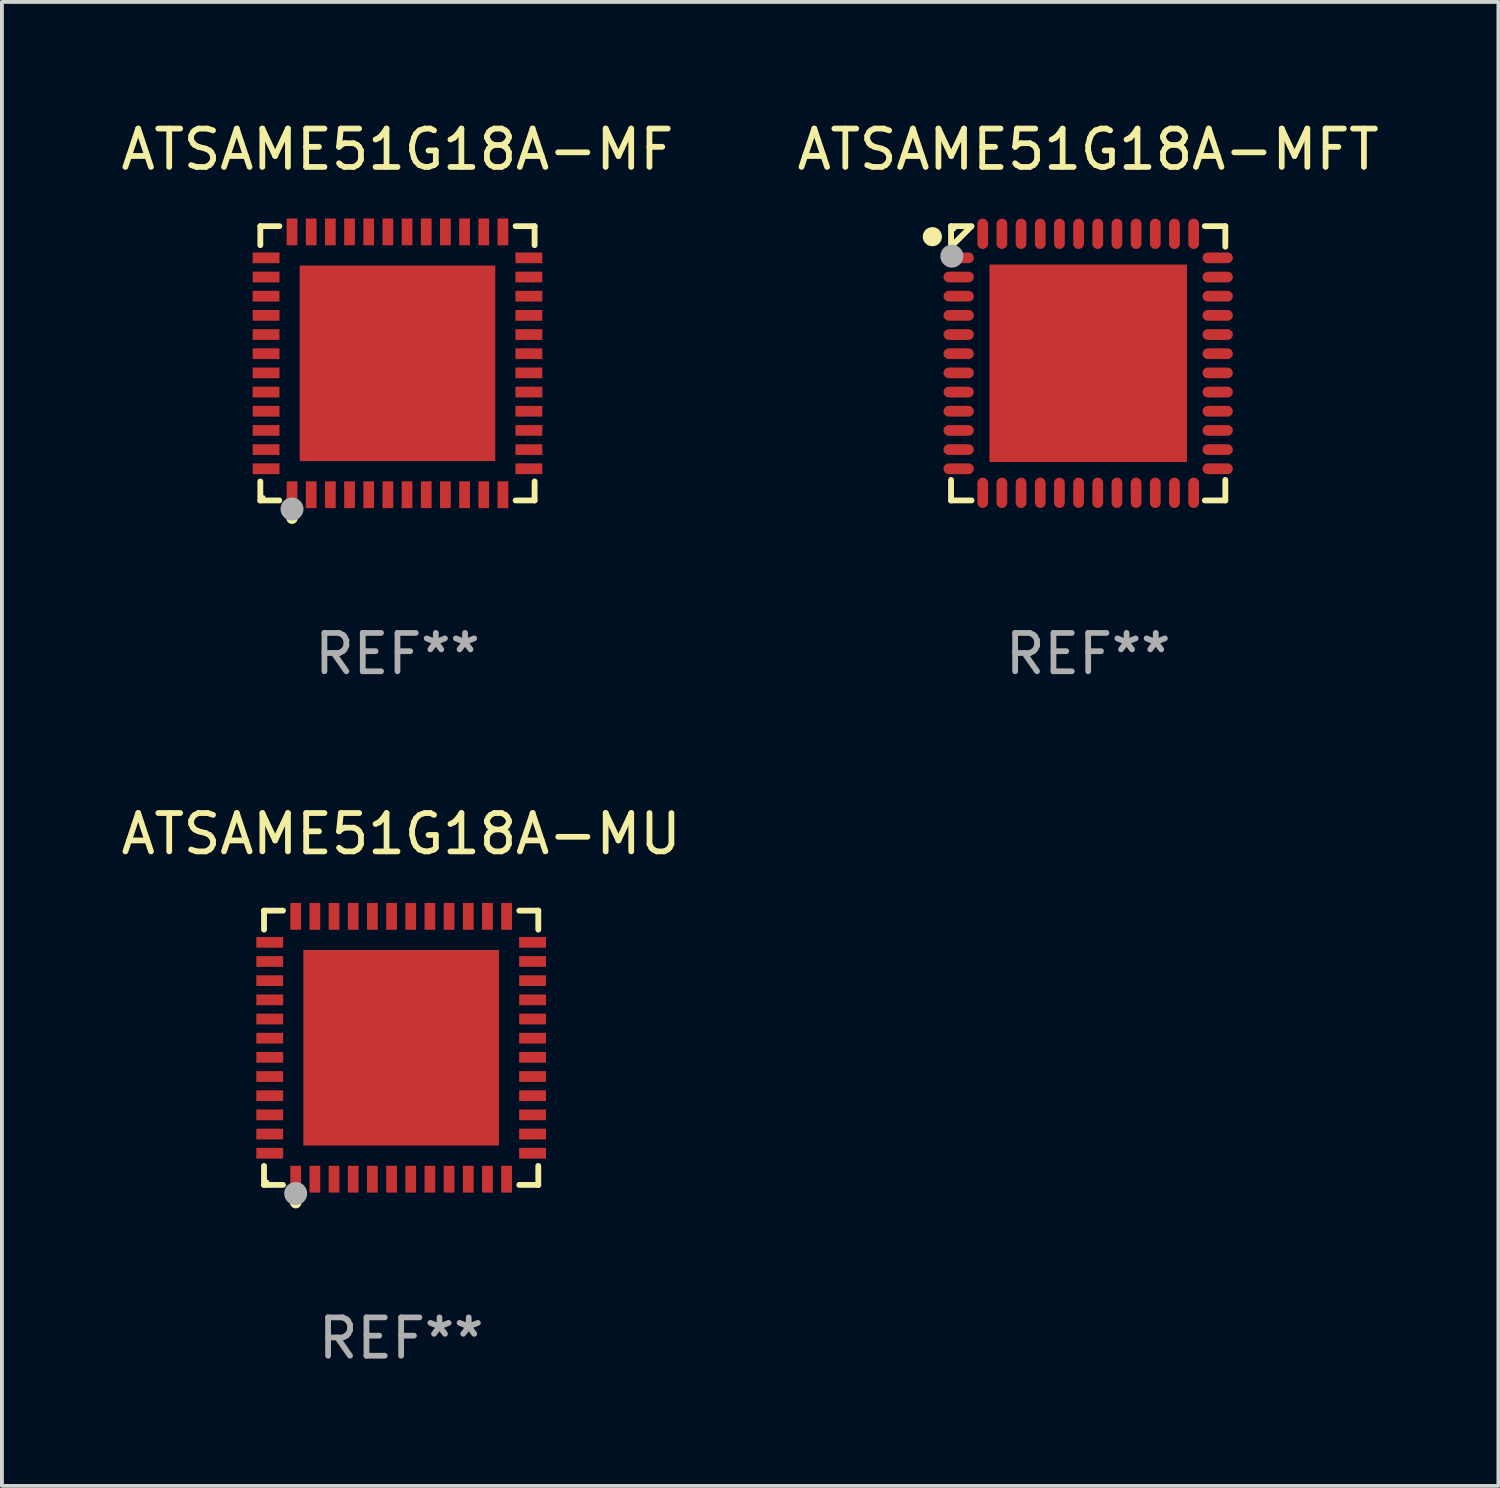
<source format=kicad_pcb>
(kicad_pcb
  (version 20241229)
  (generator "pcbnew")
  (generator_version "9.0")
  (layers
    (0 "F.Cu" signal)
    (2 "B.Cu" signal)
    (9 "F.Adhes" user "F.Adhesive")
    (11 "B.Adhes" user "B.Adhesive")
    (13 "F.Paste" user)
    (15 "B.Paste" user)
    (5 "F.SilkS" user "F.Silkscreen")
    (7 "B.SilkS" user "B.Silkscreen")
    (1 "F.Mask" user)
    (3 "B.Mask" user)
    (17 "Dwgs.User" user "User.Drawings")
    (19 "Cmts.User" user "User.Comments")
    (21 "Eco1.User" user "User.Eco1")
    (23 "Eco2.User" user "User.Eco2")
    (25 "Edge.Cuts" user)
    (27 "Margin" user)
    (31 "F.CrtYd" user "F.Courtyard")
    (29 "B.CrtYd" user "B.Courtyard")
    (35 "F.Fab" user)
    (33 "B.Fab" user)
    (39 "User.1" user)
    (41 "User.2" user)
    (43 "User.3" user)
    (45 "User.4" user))
  (footprint "ATSAME51G18A-MU"
    (layer "F.Cu")
    (at 7.411 24.273)
    (property "Reference" "ATSAME51G18A-MU" (at 0 -5.576 0) (layer "F.SilkS") (effects (font (size 1 1) (thickness 0.15))))
    (attr through_hole)
    (fp_line (start -3.576 -3.576) (end -3.081 -3.576) (stroke (width 0.152) (type solid)) (layer "F.SilkS"))
    (fp_line (start -3.576 -3.081) (end -3.576 -3.576) (stroke (width 0.152) (type solid)) (layer "F.SilkS"))
    (fp_line (start -3.576 3.081) (end -3.576 3.576) (stroke (width 0.152) (type solid)) (layer "F.SilkS"))
    (fp_line (start -3.576 3.576) (end -3.081 3.576) (stroke (width 0.152) (type solid)) (layer "F.SilkS"))
    (fp_line (start 3.576 -3.576) (end 3.081 -3.576) (stroke (width 0.152) (type solid)) (layer "F.SilkS"))
    (fp_line (start 3.576 -3.081) (end 3.576 -3.576) (stroke (width 0.152) (type solid)) (layer "F.SilkS"))
    (fp_line (start 3.576 3.081) (end 3.576 3.576) (stroke (width 0.152) (type solid)) (layer "F.SilkS"))
    (fp_line (start 3.576 3.576) (end 3.081 3.576) (stroke (width 0.152) (type solid)) (layer "F.SilkS"))
    (fp_circle (center -3.5 3.5) (end -3.47 3.5) (stroke (width 0.06) (type solid)) (fill no) (layer "F.SilkS"))
    (fp_circle (center -2.75 4.04) (end -2.675 4.04) (stroke (width 0.15) (type solid)) (fill no) (layer "F.SilkS"))
    (fp_circle (center -2.75 3.8) (end -2.6 3.8) (stroke (width 0.3) (type solid)) (fill no) (layer "F.Fab"))
    (fp_text user "REF**" (at 0 7.576 0) (layer "F.Fab") (effects (font (size 1 1) (thickness 0.15))))
    (pad "1" smd rect (at -2.75 3.427) (size 0.28 0.7) (layers "F.Cu" "F.Mask" "F.Paste"))
    (pad "2" smd rect (at -2.25 3.427) (size 0.28 0.7) (layers "F.Cu" "F.Mask" "F.Paste"))
    (pad "3" smd rect (at -1.75 3.427) (size 0.28 0.7) (layers "F.Cu" "F.Mask" "F.Paste"))
    (pad "4" smd rect (at -1.25 3.427) (size 0.28 0.7) (layers "F.Cu" "F.Mask" "F.Paste"))
    (pad "5" smd rect (at -0.75 3.427) (size 0.28 0.7) (layers "F.Cu" "F.Mask" "F.Paste"))
    (pad "6" smd rect (at -0.25 3.427) (size 0.28 0.7) (layers "F.Cu" "F.Mask" "F.Paste"))
    (pad "7" smd rect (at 0.25 3.427) (size 0.28 0.7) (layers "F.Cu" "F.Mask" "F.Paste"))
    (pad "8" smd rect (at 0.75 3.427) (size 0.28 0.7) (layers "F.Cu" "F.Mask" "F.Paste"))
    (pad "9" smd rect (at 1.25 3.427) (size 0.28 0.7) (layers "F.Cu" "F.Mask" "F.Paste"))
    (pad "10" smd rect (at 1.75 3.427) (size 0.28 0.7) (layers "F.Cu" "F.Mask" "F.Paste"))
    (pad "11" smd rect (at 2.25 3.427) (size 0.28 0.7) (layers "F.Cu" "F.Mask" "F.Paste"))
    (pad "12" smd rect (at 2.75 3.427) (size 0.28 0.7) (layers "F.Cu" "F.Mask" "F.Paste"))
    (pad "13" smd rect (at 3.427 2.75) (size 0.7 0.28) (layers "F.Cu" "F.Mask" "F.Paste"))
    (pad "14" smd rect (at 3.427 2.25) (size 0.7 0.28) (layers "F.Cu" "F.Mask" "F.Paste"))
    (pad "15" smd rect (at 3.427 1.75) (size 0.7 0.28) (layers "F.Cu" "F.Mask" "F.Paste"))
    (pad "16" smd rect (at 3.427 1.25) (size 0.7 0.28) (layers "F.Cu" "F.Mask" "F.Paste"))
    (pad "17" smd rect (at 3.427 0.75) (size 0.7 0.28) (layers "F.Cu" "F.Mask" "F.Paste"))
    (pad "18" smd rect (at 3.427 0.25) (size 0.7 0.28) (layers "F.Cu" "F.Mask" "F.Paste"))
    (pad "19" smd rect (at 3.427 -0.25) (size 0.7 0.28) (layers "F.Cu" "F.Mask" "F.Paste"))
    (pad "20" smd rect (at 3.427 -0.75) (size 0.7 0.28) (layers "F.Cu" "F.Mask" "F.Paste"))
    (pad "21" smd rect (at 3.427 -1.25) (size 0.7 0.28) (layers "F.Cu" "F.Mask" "F.Paste"))
    (pad "22" smd rect (at 3.427 -1.75) (size 0.7 0.28) (layers "F.Cu" "F.Mask" "F.Paste"))
    (pad "23" smd rect (at 3.427 -2.25) (size 0.7 0.28) (layers "F.Cu" "F.Mask" "F.Paste"))
    (pad "24" smd rect (at 3.427 -2.75) (size 0.7 0.28) (layers "F.Cu" "F.Mask" "F.Paste"))
    (pad "25" smd rect (at 2.75 -3.427) (size 0.28 0.7) (layers "F.Cu" "F.Mask" "F.Paste"))
    (pad "26" smd rect (at 2.25 -3.427) (size 0.28 0.7) (layers "F.Cu" "F.Mask" "F.Paste"))
    (pad "27" smd rect (at 1.75 -3.427) (size 0.28 0.7) (layers "F.Cu" "F.Mask" "F.Paste"))
    (pad "28" smd rect (at 1.25 -3.427) (size 0.28 0.7) (layers "F.Cu" "F.Mask" "F.Paste"))
    (pad "29" smd rect (at 0.75 -3.427) (size 0.28 0.7) (layers "F.Cu" "F.Mask" "F.Paste"))
    (pad "30" smd rect (at 0.25 -3.427) (size 0.28 0.7) (layers "F.Cu" "F.Mask" "F.Paste"))
    (pad "31" smd rect (at -0.25 -3.427) (size 0.28 0.7) (layers "F.Cu" "F.Mask" "F.Paste"))
    (pad "32" smd rect (at -0.75 -3.427) (size 0.28 0.7) (layers "F.Cu" "F.Mask" "F.Paste"))
    (pad "33" smd rect (at -1.25 -3.427) (size 0.28 0.7) (layers "F.Cu" "F.Mask" "F.Paste"))
    (pad "34" smd rect (at -1.75 -3.427) (size 0.28 0.7) (layers "F.Cu" "F.Mask" "F.Paste"))
    (pad "35" smd rect (at -2.25 -3.427) (size 0.28 0.7) (layers "F.Cu" "F.Mask" "F.Paste"))
    (pad "36" smd rect (at -2.75 -3.427) (size 0.28 0.7) (layers "F.Cu" "F.Mask" "F.Paste"))
    (pad "37" smd rect (at -3.427 -2.75) (size 0.7 0.28) (layers "F.Cu" "F.Mask" "F.Paste"))
    (pad "38" smd rect (at -3.427 -2.25) (size 0.7 0.28) (layers "F.Cu" "F.Mask" "F.Paste"))
    (pad "39" smd rect (at -3.427 -1.75) (size 0.7 0.28) (layers "F.Cu" "F.Mask" "F.Paste"))
    (pad "40" smd rect (at -3.427 -1.25) (size 0.7 0.28) (layers "F.Cu" "F.Mask" "F.Paste"))
    (pad "41" smd rect (at -3.427 -0.75) (size 0.7 0.28) (layers "F.Cu" "F.Mask" "F.Paste"))
    (pad "42" smd rect (at -3.427 -0.25) (size 0.7 0.28) (layers "F.Cu" "F.Mask" "F.Paste"))
    (pad "43" smd rect (at -3.427 0.25) (size 0.7 0.28) (layers "F.Cu" "F.Mask" "F.Paste"))
    (pad "44" smd rect (at -3.427 0.75) (size 0.7 0.28) (layers "F.Cu" "F.Mask" "F.Paste"))
    (pad "45" smd rect (at -3.427 1.25) (size 0.7 0.28) (layers "F.Cu" "F.Mask" "F.Paste"))
    (pad "46" smd rect (at -3.427 1.75) (size 0.7 0.28) (layers "F.Cu" "F.Mask" "F.Paste"))
    (pad "47" smd rect (at -3.427 2.25) (size 0.7 0.28) (layers "F.Cu" "F.Mask" "F.Paste"))
    (pad "48" smd rect (at -3.427 2.75) (size 0.7 0.28) (layers "F.Cu" "F.Mask" "F.Paste"))
    (pad "49" smd rect (at 0 0) (size 5.1 5.1) (layers "F.Cu" "F.Mask" "F.Paste")))
  (footprint "ATSAME51G18A-MFT"
    (layer "F.Cu")
    (at 25.327 6.424)
    (property "Reference" "ATSAME51G18A-MFT" (at 0 -5.576 0) (layer "F.SilkS") (effects (font (size 1 1) (thickness 0.15))))
    (attr through_hole)
    (fp_line (start -3.576 -3.576) (end -3.042 -3.576) (stroke (width 0.152) (type solid)) (layer "F.SilkS"))
    (fp_line (start -3.576 -3.042) (end -3.576 -3.576) (stroke (width 0.152) (type solid)) (layer "F.SilkS"))
    (fp_line (start -3.576 3.042) (end -3.576 3.576) (stroke (width 0.152) (type solid)) (layer "F.SilkS"))
    (fp_line (start -3.576 3.576) (end -3.042 3.576) (stroke (width 0.152) (type solid)) (layer "F.SilkS"))
    (fp_line (start -3.069 -3.549) (end -3.549 -3.069) (stroke (width 0.152) (type solid)) (layer "F.SilkS"))
    (fp_line (start 3.576 -3.576) (end 3.042 -3.576) (stroke (width 0.152) (type solid)) (layer "F.SilkS"))
    (fp_line (start 3.576 -3.042) (end 3.576 -3.576) (stroke (width 0.152) (type solid)) (layer "F.SilkS"))
    (fp_line (start 3.576 3.042) (end 3.576 3.576) (stroke (width 0.152) (type solid)) (layer "F.SilkS"))
    (fp_line (start 3.576 3.576) (end 3.042 3.576) (stroke (width 0.152) (type solid)) (layer "F.SilkS"))
    (fp_circle (center -4.064 -3.302) (end -3.939 -3.302) (stroke (width 0.25) (type solid)) (fill no) (layer "F.SilkS"))
    (fp_circle (center -3.5 -3.5) (end -3.47 -3.5) (stroke (width 0.06) (type solid)) (fill no) (layer "F.SilkS"))
    (fp_circle (center -3.556 -2.794) (end -3.406 -2.794) (stroke (width 0.3) (type solid)) (fill no) (layer "F.Fab"))
    (fp_text user "REF**" (at 0 7.576 0) (layer "F.Fab") (effects (font (size 1 1) (thickness 0.15))))
    (pad "1" smd oval (at -3.377 -2.75) (size 0.79 0.28) (layers "F.Cu" "F.Mask" "F.Paste"))
    (pad "2" smd oval (at -3.377 -2.25) (size 0.79 0.28) (layers "F.Cu" "F.Mask" "F.Paste"))
    (pad "3" smd oval (at -3.377 -1.75) (size 0.79 0.28) (layers "F.Cu" "F.Mask" "F.Paste"))
    (pad "4" smd oval (at -3.377 -1.25) (size 0.79 0.28) (layers "F.Cu" "F.Mask" "F.Paste"))
    (pad "5" smd oval (at -3.377 -0.75) (size 0.79 0.28) (layers "F.Cu" "F.Mask" "F.Paste"))
    (pad "6" smd oval (at -3.377 -0.25) (size 0.79 0.28) (layers "F.Cu" "F.Mask" "F.Paste"))
    (pad "7" smd oval (at -3.377 0.25) (size 0.79 0.28) (layers "F.Cu" "F.Mask" "F.Paste"))
    (pad "8" smd oval (at -3.377 0.75) (size 0.79 0.28) (layers "F.Cu" "F.Mask" "F.Paste"))
    (pad "9" smd oval (at -3.377 1.25) (size 0.79 0.28) (layers "F.Cu" "F.Mask" "F.Paste"))
    (pad "10" smd oval (at -3.377 1.75) (size 0.79 0.28) (layers "F.Cu" "F.Mask" "F.Paste"))
    (pad "11" smd oval (at -3.377 2.25) (size 0.79 0.28) (layers "F.Cu" "F.Mask" "F.Paste"))
    (pad "12" smd oval (at -3.377 2.75) (size 0.79 0.28) (layers "F.Cu" "F.Mask" "F.Paste"))
    (pad "13" smd oval (at -2.75 3.377) (size 0.28 0.79) (layers "F.Cu" "F.Mask" "F.Paste"))
    (pad "14" smd oval (at -2.25 3.377) (size 0.28 0.79) (layers "F.Cu" "F.Mask" "F.Paste"))
    (pad "15" smd oval (at -1.75 3.377) (size 0.28 0.79) (layers "F.Cu" "F.Mask" "F.Paste"))
    (pad "16" smd oval (at -1.25 3.377) (size 0.28 0.79) (layers "F.Cu" "F.Mask" "F.Paste"))
    (pad "17" smd oval (at -0.75 3.377) (size 0.28 0.79) (layers "F.Cu" "F.Mask" "F.Paste"))
    (pad "18" smd oval (at -0.25 3.377) (size 0.28 0.79) (layers "F.Cu" "F.Mask" "F.Paste"))
    (pad "19" smd oval (at 0.25 3.377) (size 0.28 0.79) (layers "F.Cu" "F.Mask" "F.Paste"))
    (pad "20" smd oval (at 0.75 3.377) (size 0.28 0.79) (layers "F.Cu" "F.Mask" "F.Paste"))
    (pad "21" smd oval (at 1.25 3.377) (size 0.28 0.79) (layers "F.Cu" "F.Mask" "F.Paste"))
    (pad "22" smd oval (at 1.75 3.377) (size 0.28 0.79) (layers "F.Cu" "F.Mask" "F.Paste"))
    (pad "23" smd oval (at 2.25 3.377) (size 0.28 0.79) (layers "F.Cu" "F.Mask" "F.Paste"))
    (pad "24" smd oval (at 2.75 3.377) (size 0.28 0.79) (layers "F.Cu" "F.Mask" "F.Paste"))
    (pad "25" smd oval (at 3.377 2.75) (size 0.79 0.28) (layers "F.Cu" "F.Mask" "F.Paste"))
    (pad "26" smd oval (at 3.377 2.25) (size 0.79 0.28) (layers "F.Cu" "F.Mask" "F.Paste"))
    (pad "27" smd oval (at 3.377 1.75) (size 0.79 0.28) (layers "F.Cu" "F.Mask" "F.Paste"))
    (pad "28" smd oval (at 3.377 1.25) (size 0.79 0.28) (layers "F.Cu" "F.Mask" "F.Paste"))
    (pad "29" smd oval (at 3.377 0.75) (size 0.79 0.28) (layers "F.Cu" "F.Mask" "F.Paste"))
    (pad "30" smd oval (at 3.377 0.25) (size 0.79 0.28) (layers "F.Cu" "F.Mask" "F.Paste"))
    (pad "31" smd oval (at 3.377 -0.25) (size 0.79 0.28) (layers "F.Cu" "F.Mask" "F.Paste"))
    (pad "32" smd oval (at 3.377 -0.75) (size 0.79 0.28) (layers "F.Cu" "F.Mask" "F.Paste"))
    (pad "33" smd oval (at 3.377 -1.25) (size 0.79 0.28) (layers "F.Cu" "F.Mask" "F.Paste"))
    (pad "34" smd oval (at 3.377 -1.75) (size 0.79 0.28) (layers "F.Cu" "F.Mask" "F.Paste"))
    (pad "35" smd oval (at 3.377 -2.25) (size 0.79 0.28) (layers "F.Cu" "F.Mask" "F.Paste"))
    (pad "36" smd oval (at 3.377 -2.75) (size 0.79 0.28) (layers "F.Cu" "F.Mask" "F.Paste"))
    (pad "37" smd oval (at 2.75 -3.377) (size 0.28 0.79) (layers "F.Cu" "F.Mask" "F.Paste"))
    (pad "38" smd oval (at 2.25 -3.377) (size 0.28 0.79) (layers "F.Cu" "F.Mask" "F.Paste"))
    (pad "39" smd oval (at 1.75 -3.377) (size 0.28 0.79) (layers "F.Cu" "F.Mask" "F.Paste"))
    (pad "40" smd oval (at 1.25 -3.377) (size 0.28 0.79) (layers "F.Cu" "F.Mask" "F.Paste"))
    (pad "41" smd oval (at 0.75 -3.377) (size 0.28 0.79) (layers "F.Cu" "F.Mask" "F.Paste"))
    (pad "42" smd oval (at 0.25 -3.377) (size 0.28 0.79) (layers "F.Cu" "F.Mask" "F.Paste"))
    (pad "43" smd oval (at -0.25 -3.377) (size 0.28 0.79) (layers "F.Cu" "F.Mask" "F.Paste"))
    (pad "44" smd oval (at -0.75 -3.377) (size 0.28 0.79) (layers "F.Cu" "F.Mask" "F.Paste"))
    (pad "45" smd oval (at -1.25 -3.377) (size 0.28 0.79) (layers "F.Cu" "F.Mask" "F.Paste"))
    (pad "46" smd oval (at -1.75 -3.377) (size 0.28 0.79) (layers "F.Cu" "F.Mask" "F.Paste"))
    (pad "47" smd oval (at -2.25 -3.377) (size 0.28 0.79) (layers "F.Cu" "F.Mask" "F.Paste"))
    (pad "48" smd oval (at -2.75 -3.377) (size 0.28 0.79) (layers "F.Cu" "F.Mask" "F.Paste"))
    (pad "49" smd rect (at 0 0) (size 5.15 5.15) (layers "F.Cu" "F.Mask" "F.Paste")))
  (footprint "ATSAME51G18A-MF"
    (layer "F.Cu")
    (at 7.315 6.424)
    (property "Reference" "ATSAME51G18A-MF" (at 0 -5.576 0) (layer "F.SilkS") (effects (font (size 1 1) (thickness 0.15))))
    (attr through_hole)
    (fp_line (start -3.576 -3.576) (end -3.081 -3.576) (stroke (width 0.152) (type solid)) (layer "F.SilkS"))
    (fp_line (start -3.576 -3.081) (end -3.576 -3.576) (stroke (width 0.152) (type solid)) (layer "F.SilkS"))
    (fp_line (start -3.576 3.081) (end -3.576 3.576) (stroke (width 0.152) (type solid)) (layer "F.SilkS"))
    (fp_line (start -3.576 3.576) (end -3.081 3.576) (stroke (width 0.152) (type solid)) (layer "F.SilkS"))
    (fp_line (start 3.576 -3.576) (end 3.081 -3.576) (stroke (width 0.152) (type solid)) (layer "F.SilkS"))
    (fp_line (start 3.576 -3.081) (end 3.576 -3.576) (stroke (width 0.152) (type solid)) (layer "F.SilkS"))
    (fp_line (start 3.576 3.081) (end 3.576 3.576) (stroke (width 0.152) (type solid)) (layer "F.SilkS"))
    (fp_line (start 3.576 3.576) (end 3.081 3.576) (stroke (width 0.152) (type solid)) (layer "F.SilkS"))
    (fp_circle (center -3.5 3.5) (end -3.47 3.5) (stroke (width 0.06) (type solid)) (fill no) (layer "F.SilkS"))
    (fp_circle (center -2.75 4.04) (end -2.675 4.04) (stroke (width 0.15) (type solid)) (fill no) (layer "F.SilkS"))
    (fp_circle (center -2.75 3.8) (end -2.6 3.8) (stroke (width 0.3) (type solid)) (fill no) (layer "F.Fab"))
    (fp_text user "REF**" (at 0 7.576 0) (layer "F.Fab") (effects (font (size 1 1) (thickness 0.15))))
    (pad "1" smd rect (at -2.75 3.427) (size 0.28 0.7) (layers "F.Cu" "F.Mask" "F.Paste"))
    (pad "2" smd rect (at -2.25 3.427) (size 0.28 0.7) (layers "F.Cu" "F.Mask" "F.Paste"))
    (pad "3" smd rect (at -1.75 3.427) (size 0.28 0.7) (layers "F.Cu" "F.Mask" "F.Paste"))
    (pad "4" smd rect (at -1.25 3.427) (size 0.28 0.7) (layers "F.Cu" "F.Mask" "F.Paste"))
    (pad "5" smd rect (at -0.75 3.427) (size 0.28 0.7) (layers "F.Cu" "F.Mask" "F.Paste"))
    (pad "6" smd rect (at -0.25 3.427) (size 0.28 0.7) (layers "F.Cu" "F.Mask" "F.Paste"))
    (pad "7" smd rect (at 0.25 3.427) (size 0.28 0.7) (layers "F.Cu" "F.Mask" "F.Paste"))
    (pad "8" smd rect (at 0.75 3.427) (size 0.28 0.7) (layers "F.Cu" "F.Mask" "F.Paste"))
    (pad "9" smd rect (at 1.25 3.427) (size 0.28 0.7) (layers "F.Cu" "F.Mask" "F.Paste"))
    (pad "10" smd rect (at 1.75 3.427) (size 0.28 0.7) (layers "F.Cu" "F.Mask" "F.Paste"))
    (pad "11" smd rect (at 2.25 3.427) (size 0.28 0.7) (layers "F.Cu" "F.Mask" "F.Paste"))
    (pad "12" smd rect (at 2.75 3.427) (size 0.28 0.7) (layers "F.Cu" "F.Mask" "F.Paste"))
    (pad "13" smd rect (at 3.427 2.75) (size 0.7 0.28) (layers "F.Cu" "F.Mask" "F.Paste"))
    (pad "14" smd rect (at 3.427 2.25) (size 0.7 0.28) (layers "F.Cu" "F.Mask" "F.Paste"))
    (pad "15" smd rect (at 3.427 1.75) (size 0.7 0.28) (layers "F.Cu" "F.Mask" "F.Paste"))
    (pad "16" smd rect (at 3.427 1.25) (size 0.7 0.28) (layers "F.Cu" "F.Mask" "F.Paste"))
    (pad "17" smd rect (at 3.427 0.75) (size 0.7 0.28) (layers "F.Cu" "F.Mask" "F.Paste"))
    (pad "18" smd rect (at 3.427 0.25) (size 0.7 0.28) (layers "F.Cu" "F.Mask" "F.Paste"))
    (pad "19" smd rect (at 3.427 -0.25) (size 0.7 0.28) (layers "F.Cu" "F.Mask" "F.Paste"))
    (pad "20" smd rect (at 3.427 -0.75) (size 0.7 0.28) (layers "F.Cu" "F.Mask" "F.Paste"))
    (pad "21" smd rect (at 3.427 -1.25) (size 0.7 0.28) (layers "F.Cu" "F.Mask" "F.Paste"))
    (pad "22" smd rect (at 3.427 -1.75) (size 0.7 0.28) (layers "F.Cu" "F.Mask" "F.Paste"))
    (pad "23" smd rect (at 3.427 -2.25) (size 0.7 0.28) (layers "F.Cu" "F.Mask" "F.Paste"))
    (pad "24" smd rect (at 3.427 -2.75) (size 0.7 0.28) (layers "F.Cu" "F.Mask" "F.Paste"))
    (pad "25" smd rect (at 2.75 -3.427) (size 0.28 0.7) (layers "F.Cu" "F.Mask" "F.Paste"))
    (pad "26" smd rect (at 2.25 -3.427) (size 0.28 0.7) (layers "F.Cu" "F.Mask" "F.Paste"))
    (pad "27" smd rect (at 1.75 -3.427) (size 0.28 0.7) (layers "F.Cu" "F.Mask" "F.Paste"))
    (pad "28" smd rect (at 1.25 -3.427) (size 0.28 0.7) (layers "F.Cu" "F.Mask" "F.Paste"))
    (pad "29" smd rect (at 0.75 -3.427) (size 0.28 0.7) (layers "F.Cu" "F.Mask" "F.Paste"))
    (pad "30" smd rect (at 0.25 -3.427) (size 0.28 0.7) (layers "F.Cu" "F.Mask" "F.Paste"))
    (pad "31" smd rect (at -0.25 -3.427) (size 0.28 0.7) (layers "F.Cu" "F.Mask" "F.Paste"))
    (pad "32" smd rect (at -0.75 -3.427) (size 0.28 0.7) (layers "F.Cu" "F.Mask" "F.Paste"))
    (pad "33" smd rect (at -1.25 -3.427) (size 0.28 0.7) (layers "F.Cu" "F.Mask" "F.Paste"))
    (pad "34" smd rect (at -1.75 -3.427) (size 0.28 0.7) (layers "F.Cu" "F.Mask" "F.Paste"))
    (pad "35" smd rect (at -2.25 -3.427) (size 0.28 0.7) (layers "F.Cu" "F.Mask" "F.Paste"))
    (pad "36" smd rect (at -2.75 -3.427) (size 0.28 0.7) (layers "F.Cu" "F.Mask" "F.Paste"))
    (pad "37" smd rect (at -3.427 -2.75) (size 0.7 0.28) (layers "F.Cu" "F.Mask" "F.Paste"))
    (pad "38" smd rect (at -3.427 -2.25) (size 0.7 0.28) (layers "F.Cu" "F.Mask" "F.Paste"))
    (pad "39" smd rect (at -3.427 -1.75) (size 0.7 0.28) (layers "F.Cu" "F.Mask" "F.Paste"))
    (pad "40" smd rect (at -3.427 -1.25) (size 0.7 0.28) (layers "F.Cu" "F.Mask" "F.Paste"))
    (pad "41" smd rect (at -3.427 -0.75) (size 0.7 0.28) (layers "F.Cu" "F.Mask" "F.Paste"))
    (pad "42" smd rect (at -3.427 -0.25) (size 0.7 0.28) (layers "F.Cu" "F.Mask" "F.Paste"))
    (pad "43" smd rect (at -3.427 0.25) (size 0.7 0.28) (layers "F.Cu" "F.Mask" "F.Paste"))
    (pad "44" smd rect (at -3.427 0.75) (size 0.7 0.28) (layers "F.Cu" "F.Mask" "F.Paste"))
    (pad "45" smd rect (at -3.427 1.25) (size 0.7 0.28) (layers "F.Cu" "F.Mask" "F.Paste"))
    (pad "46" smd rect (at -3.427 1.75) (size 0.7 0.28) (layers "F.Cu" "F.Mask" "F.Paste"))
    (pad "47" smd rect (at -3.427 2.25) (size 0.7 0.28) (layers "F.Cu" "F.Mask" "F.Paste"))
    (pad "48" smd rect (at -3.427 2.75) (size 0.7 0.28) (layers "F.Cu" "F.Mask" "F.Paste"))
    (pad "49" smd rect (at 0 0) (size 5.1 5.1) (layers "F.Cu" "F.Mask" "F.Paste")))
  (gr_rect
    (start -3 -3)
    (end 36.024 35.698)
    (stroke (width 0.1) (type default))
    (fill no)
    (layer "Edge.Cuts")))
</source>
